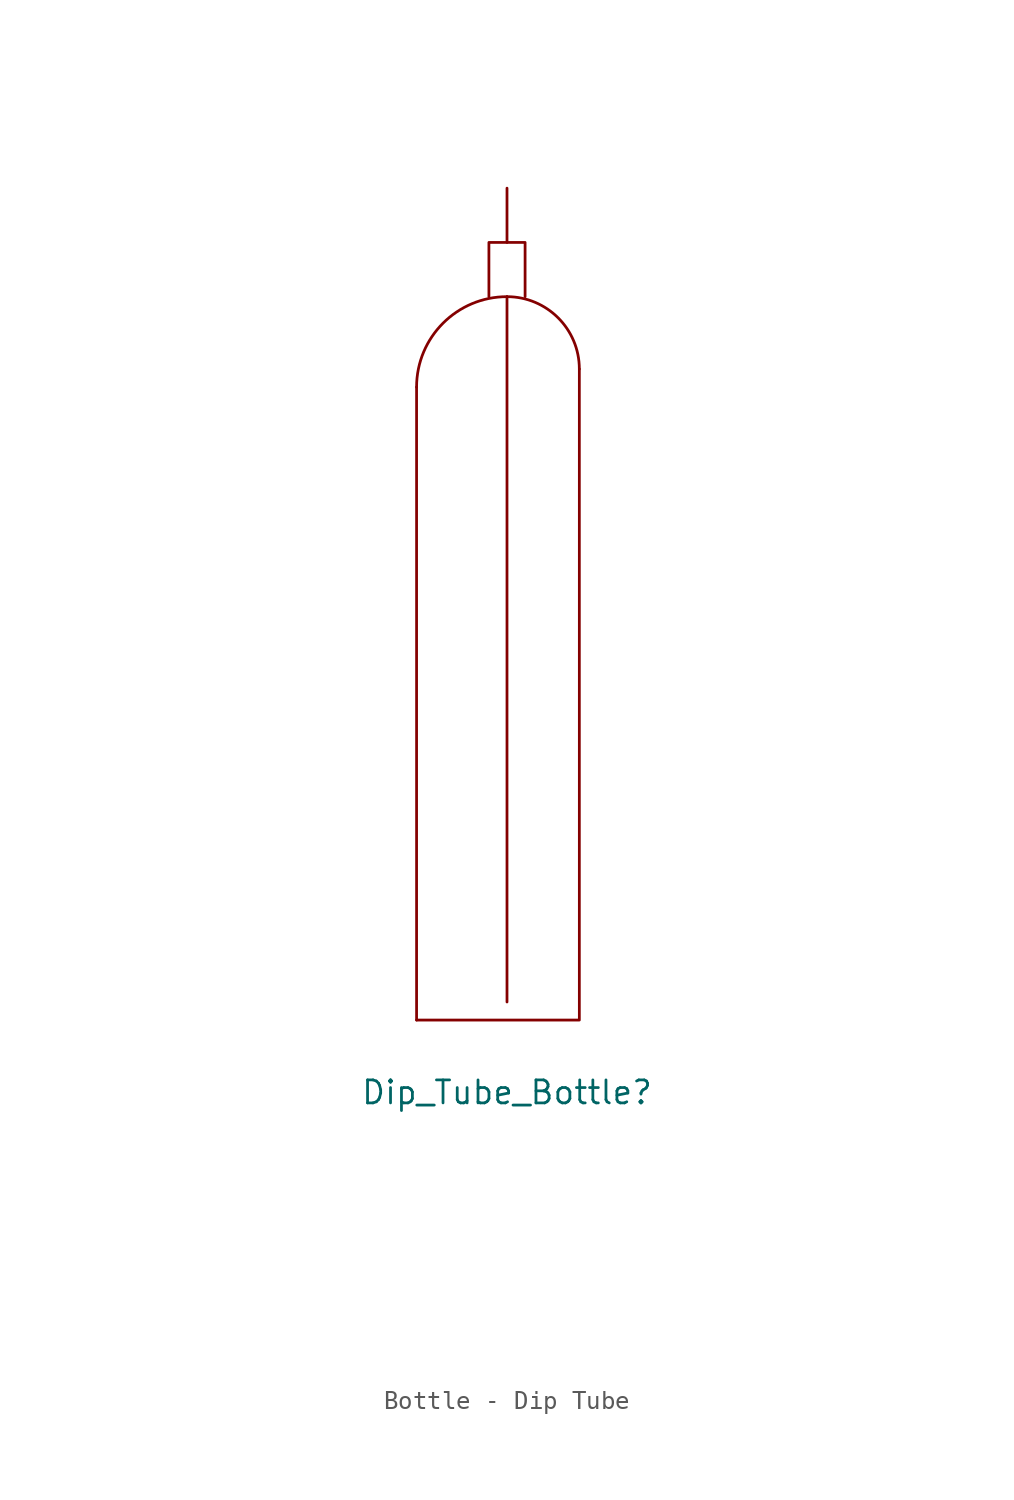
<source format=kicad_sym>
(kicad_symbol_lib
  (version 20231120)
  (generator kicad_symbol_editor)
  (generator_version "8.0")
  (symbol "Bottle - Dip Tube"
    (property Reference Dip_Tube_Bottle
      (at 0 -10 0)
      (effects (font (size 1.27 1.27))))
    (property Value ""
      (at 0 0 0)
      (effects (font (size 1.27 1.27))))
    (symbol "Bottle - Dip Tube_0_1"
      (polyline (pts (xy -5 29) (xy -5 -6)) (stroke (width 0) (type default)) (fill (type none)))
      (polyline (pts (xy -5 -6) (xy 4 -6) (xy 4 30)) (stroke (width 0) (type default)) (fill (type none)))
      (arc (start 0 34) (mid -3.5358 32.5357) (end -4.9997 28.9997) (stroke (width 0) (type default)) (fill (type none)))
      (rectangle (start 0 34) (end 0 -5) (stroke (width 0) (type default)) (fill (type none)))
      (arc (start 4 30) (mid 2.8288 32.8291) (end -0.0003 34.0003) (stroke (width 0) (type default)) (fill (type none))))
    (symbol "Bottle - Dip Tube_1_1"
      (rectangle private (start -20 20) (end 20 -20) (stroke (width 0.1) (type dot)) (fill (type none)))
      (rectangle private (start -12 12) (end 12 -12) (stroke (width 0.1) (type dot)) (fill (type none)))
      (rectangle private (start -8 8) (end 8 -8) (stroke (width 0.1) (type dot)) (fill (type none)))
      (rectangle private (start -5 5) (end 5 -5) (stroke (width 0.1) (type dot)) (fill (type none)))
      (polyline (pts (xy 1 34) (xy 1 37) (xy -1 37) (xy -1 34)) (stroke (width 0) (type default)) (fill (type none)))
      (pin output line (at 0 40 270) (length 3) (name "" (effects (font (size 1.27 1.27)))) (number "" (effects (font (size 1.27 1.27))))))))
</source>
